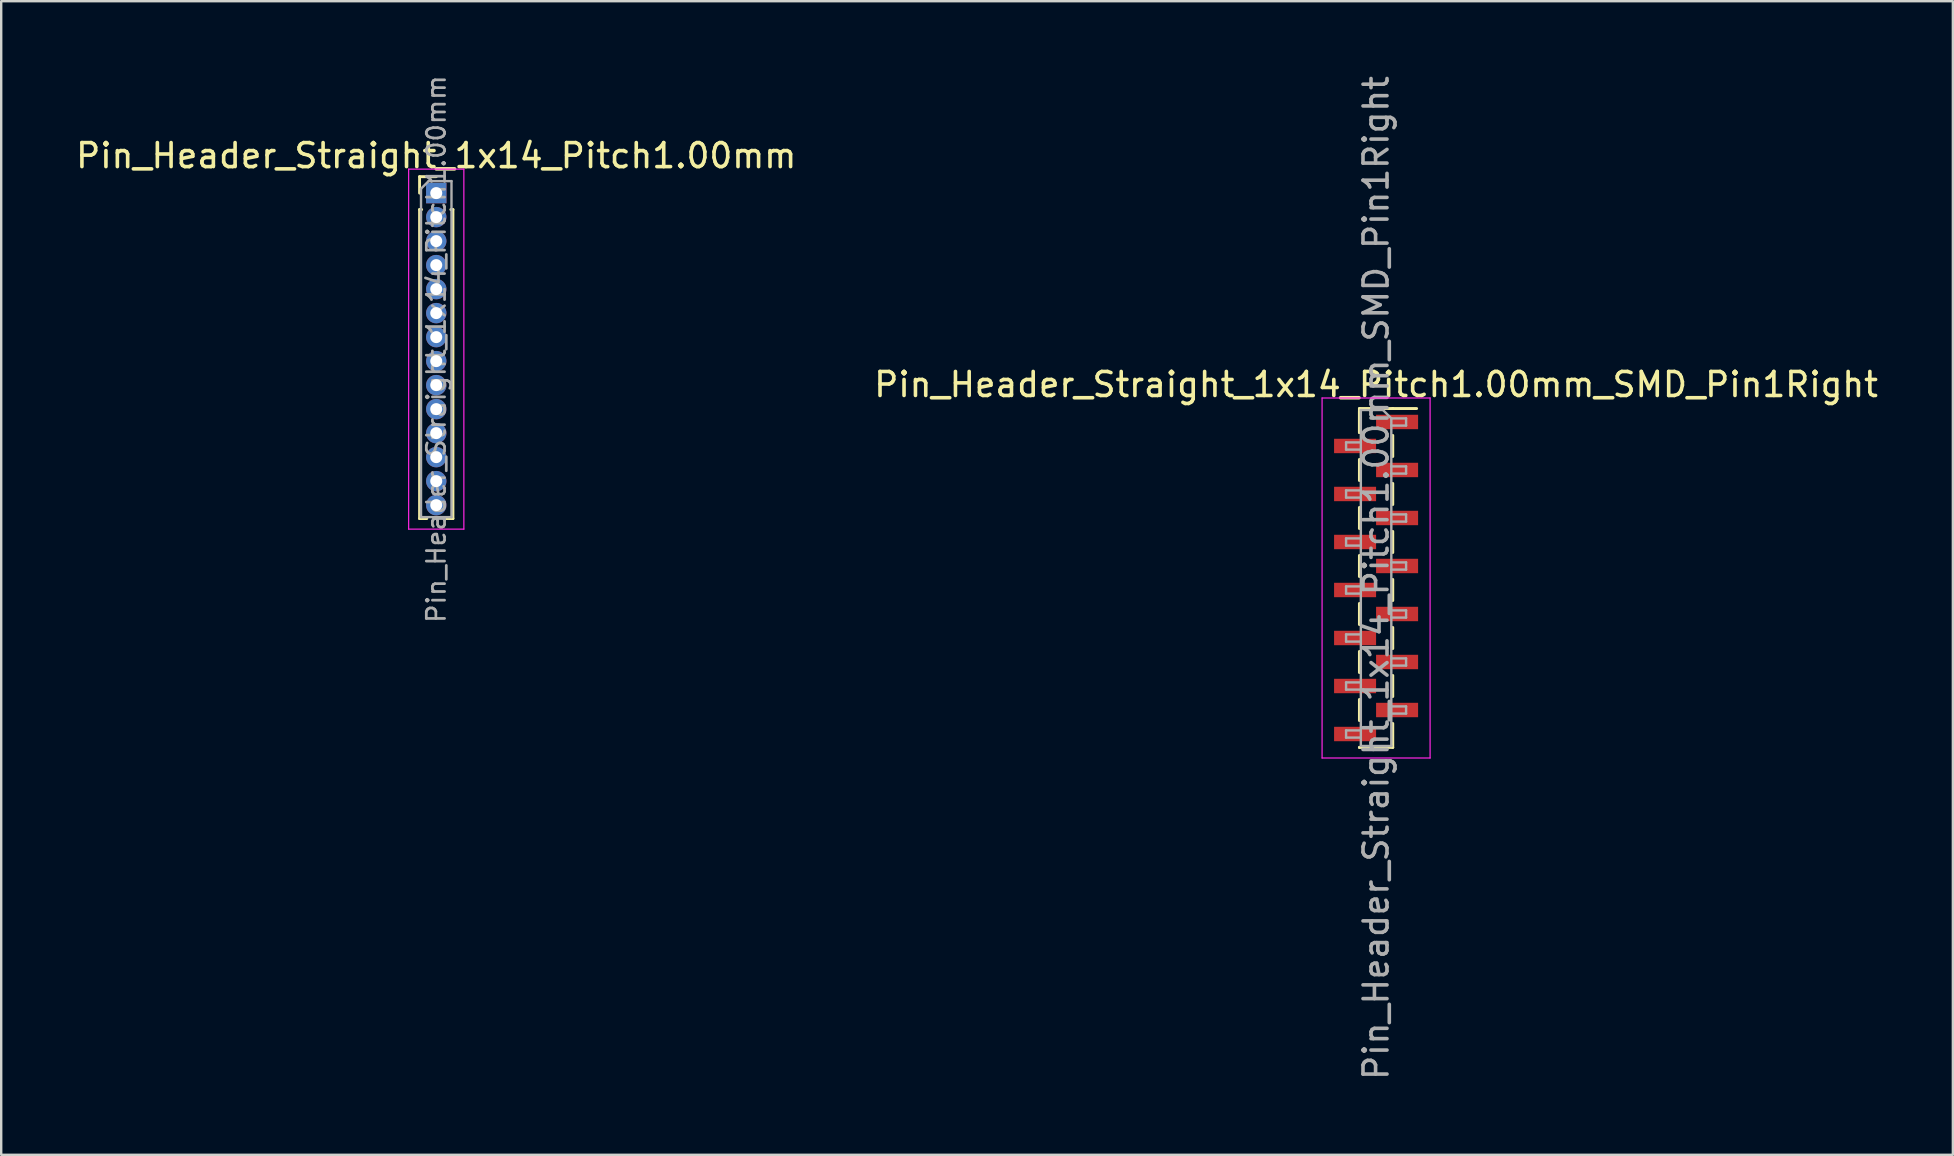
<source format=kicad_pcb>
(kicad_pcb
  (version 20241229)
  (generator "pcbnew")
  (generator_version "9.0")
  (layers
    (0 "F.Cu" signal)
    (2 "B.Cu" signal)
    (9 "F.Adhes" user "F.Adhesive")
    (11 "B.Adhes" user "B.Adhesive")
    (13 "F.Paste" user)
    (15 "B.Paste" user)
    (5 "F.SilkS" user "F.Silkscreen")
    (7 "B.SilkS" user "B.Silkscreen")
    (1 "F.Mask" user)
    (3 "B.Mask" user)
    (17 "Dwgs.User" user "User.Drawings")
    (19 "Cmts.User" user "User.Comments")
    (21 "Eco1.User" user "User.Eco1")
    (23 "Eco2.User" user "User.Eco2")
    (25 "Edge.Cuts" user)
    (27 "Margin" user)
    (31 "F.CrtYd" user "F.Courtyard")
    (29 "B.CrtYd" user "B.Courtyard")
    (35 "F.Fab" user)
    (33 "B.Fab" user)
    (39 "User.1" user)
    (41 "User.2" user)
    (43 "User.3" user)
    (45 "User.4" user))
  (footprint "Pin_Header_Straight_1x14_Pitch1.00mm_SMD_Pin1Right"
    (layer "F.Cu")
    (at 54.28 21.03)
    (property "Reference" "Pin_Header_Straight_1x14_Pitch1.00mm_SMD_Pin1Right" (at 0 -8.06 0) (layer "F.SilkS") (effects (font (size 1 1) (thickness 0.15))))
    (attr smd)
    (fp_line (start -0.695 -7.06) (end -0.695 -6.06) (stroke (width 0.12) (type solid)) (layer "F.SilkS"))
    (fp_line (start -0.695 -7.06) (end 0.695 -7.06) (stroke (width 0.12) (type solid)) (layer "F.SilkS"))
    (fp_line (start -0.695 -6.94) (end -0.695 -6.06) (stroke (width 0.12) (type solid)) (layer "F.SilkS"))
    (fp_line (start -0.695 -4.94) (end -0.695 -4.06) (stroke (width 0.12) (type solid)) (layer "F.SilkS"))
    (fp_line (start -0.695 -2.94) (end -0.695 -2.06) (stroke (width 0.12) (type solid)) (layer "F.SilkS"))
    (fp_line (start -0.695 -0.94) (end -0.695 -0.06) (stroke (width 0.12) (type solid)) (layer "F.SilkS"))
    (fp_line (start -0.695 1.06) (end -0.695 1.94) (stroke (width 0.12) (type solid)) (layer "F.SilkS"))
    (fp_line (start -0.695 3.06) (end -0.695 3.94) (stroke (width 0.12) (type solid)) (layer "F.SilkS"))
    (fp_line (start -0.695 5.06) (end -0.695 5.94) (stroke (width 0.12) (type solid)) (layer "F.SilkS"))
    (fp_line (start -0.695 7.06) (end -0.695 7.06) (stroke (width 0.12) (type solid)) (layer "F.SilkS"))
    (fp_line (start -0.695 7.06) (end 0.695 7.06) (stroke (width 0.12) (type solid)) (layer "F.SilkS"))
    (fp_line (start 0.695 -7.06) (end 0.695 -7.06) (stroke (width 0.12) (type solid)) (layer "F.SilkS"))
    (fp_line (start 0.695 -7.06) (end 1.69 -7.06) (stroke (width 0.12) (type solid)) (layer "F.SilkS"))
    (fp_line (start 0.695 -5.94) (end 0.695 -5.06) (stroke (width 0.12) (type solid)) (layer "F.SilkS"))
    (fp_line (start 0.695 -3.94) (end 0.695 -3.06) (stroke (width 0.12) (type solid)) (layer "F.SilkS"))
    (fp_line (start 0.695 -1.94) (end 0.695 -1.06) (stroke (width 0.12) (type solid)) (layer "F.SilkS"))
    (fp_line (start 0.695 0.06) (end 0.695 0.94) (stroke (width 0.12) (type solid)) (layer "F.SilkS"))
    (fp_line (start 0.695 2.06) (end 0.695 2.94) (stroke (width 0.12) (type solid)) (layer "F.SilkS"))
    (fp_line (start 0.695 4.06) (end 0.695 4.94) (stroke (width 0.12) (type solid)) (layer "F.SilkS"))
    (fp_line (start 0.695 6.06) (end 0.695 7.06) (stroke (width 0.12) (type solid)) (layer "F.SilkS"))
    (fp_line (start -2.25 -7.5) (end -2.25 7.5) (stroke (width 0.05) (type solid)) (layer "F.CrtYd"))
    (fp_line (start -2.25 7.5) (end 2.25 7.5) (stroke (width 0.05) (type solid)) (layer "F.CrtYd"))
    (fp_line (start 2.25 -7.5) (end -2.25 -7.5) (stroke (width 0.05) (type solid)) (layer "F.CrtYd"))
    (fp_line (start 2.25 7.5) (end 2.25 -7.5) (stroke (width 0.05) (type solid)) (layer "F.CrtYd"))
    (fp_line (start -1.25 -5.65) (end -1.25 -5.35) (stroke (width 0.1) (type solid)) (layer "F.Fab"))
    (fp_line (start -1.25 -5.35) (end -0.635 -5.35) (stroke (width 0.1) (type solid)) (layer "F.Fab"))
    (fp_line (start -1.25 -3.65) (end -1.25 -3.35) (stroke (width 0.1) (type solid)) (layer "F.Fab"))
    (fp_line (start -1.25 -3.35) (end -0.635 -3.35) (stroke (width 0.1) (type solid)) (layer "F.Fab"))
    (fp_line (start -1.25 -1.65) (end -1.25 -1.35) (stroke (width 0.1) (type solid)) (layer "F.Fab"))
    (fp_line (start -1.25 -1.35) (end -0.635 -1.35) (stroke (width 0.1) (type solid)) (layer "F.Fab"))
    (fp_line (start -1.25 0.35) (end -1.25 0.65) (stroke (width 0.1) (type solid)) (layer "F.Fab"))
    (fp_line (start -1.25 0.65) (end -0.635 0.65) (stroke (width 0.1) (type solid)) (layer "F.Fab"))
    (fp_line (start -1.25 2.35) (end -1.25 2.65) (stroke (width 0.1) (type solid)) (layer "F.Fab"))
    (fp_line (start -1.25 2.65) (end -0.635 2.65) (stroke (width 0.1) (type solid)) (layer "F.Fab"))
    (fp_line (start -1.25 4.35) (end -1.25 4.65) (stroke (width 0.1) (type solid)) (layer "F.Fab"))
    (fp_line (start -1.25 4.65) (end -0.635 4.65) (stroke (width 0.1) (type solid)) (layer "F.Fab"))
    (fp_line (start -1.25 6.35) (end -1.25 6.65) (stroke (width 0.1) (type solid)) (layer "F.Fab"))
    (fp_line (start -1.25 6.65) (end -0.635 6.65) (stroke (width 0.1) (type solid)) (layer "F.Fab"))
    (fp_line (start -0.635 -7) (end -0.635 7) (stroke (width 0.1) (type solid)) (layer "F.Fab"))
    (fp_line (start -0.635 -7) (end 0.285 -7) (stroke (width 0.1) (type solid)) (layer "F.Fab"))
    (fp_line (start -0.635 -5.65) (end -1.25 -5.65) (stroke (width 0.1) (type solid)) (layer "F.Fab"))
    (fp_line (start -0.635 -3.65) (end -1.25 -3.65) (stroke (width 0.1) (type solid)) (layer "F.Fab"))
    (fp_line (start -0.635 -1.65) (end -1.25 -1.65) (stroke (width 0.1) (type solid)) (layer "F.Fab"))
    (fp_line (start -0.635 0.35) (end -1.25 0.35) (stroke (width 0.1) (type solid)) (layer "F.Fab"))
    (fp_line (start -0.635 2.35) (end -1.25 2.35) (stroke (width 0.1) (type solid)) (layer "F.Fab"))
    (fp_line (start -0.635 4.35) (end -1.25 4.35) (stroke (width 0.1) (type solid)) (layer "F.Fab"))
    (fp_line (start -0.635 6.35) (end -1.25 6.35) (stroke (width 0.1) (type solid)) (layer "F.Fab"))
    (fp_line (start 0.635 -6.65) (end 0.285 -7) (stroke (width 0.1) (type solid)) (layer "F.Fab"))
    (fp_line (start 0.635 -6.65) (end 1.25 -6.65) (stroke (width 0.1) (type solid)) (layer "F.Fab"))
    (fp_line (start 0.635 -4.65) (end 1.25 -4.65) (stroke (width 0.1) (type solid)) (layer "F.Fab"))
    (fp_line (start 0.635 -2.65) (end 1.25 -2.65) (stroke (width 0.1) (type solid)) (layer "F.Fab"))
    (fp_line (start 0.635 -0.65) (end 1.25 -0.65) (stroke (width 0.1) (type solid)) (layer "F.Fab"))
    (fp_line (start 0.635 1.35) (end 1.25 1.35) (stroke (width 0.1) (type solid)) (layer "F.Fab"))
    (fp_line (start 0.635 3.35) (end 1.25 3.35) (stroke (width 0.1) (type solid)) (layer "F.Fab"))
    (fp_line (start 0.635 5.35) (end 1.25 5.35) (stroke (width 0.1) (type solid)) (layer "F.Fab"))
    (fp_line (start 0.635 7) (end -0.635 7) (stroke (width 0.1) (type solid)) (layer "F.Fab"))
    (fp_line (start 0.635 7) (end 0.635 -6.65) (stroke (width 0.1) (type solid)) (layer "F.Fab"))
    (fp_line (start 1.25 -6.65) (end 1.25 -6.35) (stroke (width 0.1) (type solid)) (layer "F.Fab"))
    (fp_line (start 1.25 -6.35) (end 0.635 -6.35) (stroke (width 0.1) (type solid)) (layer "F.Fab"))
    (fp_line (start 1.25 -4.65) (end 1.25 -4.35) (stroke (width 0.1) (type solid)) (layer "F.Fab"))
    (fp_line (start 1.25 -4.35) (end 0.635 -4.35) (stroke (width 0.1) (type solid)) (layer "F.Fab"))
    (fp_line (start 1.25 -2.65) (end 1.25 -2.35) (stroke (width 0.1) (type solid)) (layer "F.Fab"))
    (fp_line (start 1.25 -2.35) (end 0.635 -2.35) (stroke (width 0.1) (type solid)) (layer "F.Fab"))
    (fp_line (start 1.25 -0.65) (end 1.25 -0.35) (stroke (width 0.1) (type solid)) (layer "F.Fab"))
    (fp_line (start 1.25 -0.35) (end 0.635 -0.35) (stroke (width 0.1) (type solid)) (layer "F.Fab"))
    (fp_line (start 1.25 1.35) (end 1.25 1.65) (stroke (width 0.1) (type solid)) (layer "F.Fab"))
    (fp_line (start 1.25 1.65) (end 0.635 1.65) (stroke (width 0.1) (type solid)) (layer "F.Fab"))
    (fp_line (start 1.25 3.35) (end 1.25 3.65) (stroke (width 0.1) (type solid)) (layer "F.Fab"))
    (fp_line (start 1.25 3.65) (end 0.635 3.65) (stroke (width 0.1) (type solid)) (layer "F.Fab"))
    (fp_line (start 1.25 5.35) (end 1.25 5.65) (stroke (width 0.1) (type solid)) (layer "F.Fab"))
    (fp_line (start 1.25 5.65) (end 0.635 5.65) (stroke (width 0.1) (type solid)) (layer "F.Fab"))
    (fp_text user "${REFERENCE}" (at 0 0 90) (layer "F.Fab") (effects (font (size 1 1) (thickness 0.15))))
    (pad "1" smd rect (at 0.875 -6.5) (size 1.75 0.6) (layers "F.Cu" "F.Mask" "F.Paste"))
    (pad "2" smd rect (at -0.875 -5.5) (size 1.75 0.6) (layers "F.Cu" "F.Mask" "F.Paste"))
    (pad "3" smd rect (at 0.875 -4.5) (size 1.75 0.6) (layers "F.Cu" "F.Mask" "F.Paste"))
    (pad "4" smd rect (at -0.875 -3.5) (size 1.75 0.6) (layers "F.Cu" "F.Mask" "F.Paste"))
    (pad "5" smd rect (at 0.875 -2.5) (size 1.75 0.6) (layers "F.Cu" "F.Mask" "F.Paste"))
    (pad "6" smd rect (at -0.875 -1.5) (size 1.75 0.6) (layers "F.Cu" "F.Mask" "F.Paste"))
    (pad "7" smd rect (at 0.875 -0.5) (size 1.75 0.6) (layers "F.Cu" "F.Mask" "F.Paste"))
    (pad "8" smd rect (at -0.875 0.5) (size 1.75 0.6) (layers "F.Cu" "F.Mask" "F.Paste"))
    (pad "9" smd rect (at 0.875 1.5) (size 1.75 0.6) (layers "F.Cu" "F.Mask" "F.Paste"))
    (pad "10" smd rect (at -0.875 2.5) (size 1.75 0.6) (layers "F.Cu" "F.Mask" "F.Paste"))
    (pad "11" smd rect (at 0.875 3.5) (size 1.75 0.6) (layers "F.Cu" "F.Mask" "F.Paste"))
    (pad "12" smd rect (at -0.875 4.5) (size 1.75 0.6) (layers "F.Cu" "F.Mask" "F.Paste"))
    (pad "13" smd rect (at 0.875 5.5) (size 1.75 0.6) (layers "F.Cu" "F.Mask" "F.Paste"))
    (pad "14" smd rect (at -0.875 6.5) (size 1.75 0.6) (layers "F.Cu" "F.Mask" "F.Paste")))
  (footprint "Pin_Header_Straight_1x14_Pitch1.00mm"
    (layer "F.Cu")
    (at 15.125 4.995)
    (property "Reference" "Pin_Header_Straight_1x14_Pitch1.00mm" (at 0 -1.56 0) (layer "F.SilkS") (effects (font (size 1 1) (thickness 0.15))))
    (attr through_hole)
    (fp_line (start -0.695 -0.685) (end 0 -0.685) (stroke (width 0.12) (type solid)) (layer "F.SilkS"))
    (fp_line (start -0.695 0) (end -0.695 -0.685) (stroke (width 0.12) (type solid)) (layer "F.SilkS"))
    (fp_line (start -0.695 0.685) (end -0.695 13.56) (stroke (width 0.12) (type solid)) (layer "F.SilkS"))
    (fp_line (start -0.695 0.685) (end -0.608 0.685) (stroke (width 0.12) (type solid)) (layer "F.SilkS"))
    (fp_line (start -0.695 13.56) (end -0.394 13.56) (stroke (width 0.12) (type solid)) (layer "F.SilkS"))
    (fp_line (start 0.394 13.56) (end 0.695 13.56) (stroke (width 0.12) (type solid)) (layer "F.SilkS"))
    (fp_line (start 0.608 0.685) (end 0.695 0.685) (stroke (width 0.12) (type solid)) (layer "F.SilkS"))
    (fp_line (start 0.695 0.685) (end 0.695 13.56) (stroke (width 0.12) (type solid)) (layer "F.SilkS"))
    (fp_line (start -1.15 -1) (end -1.15 14) (stroke (width 0.05) (type solid)) (layer "F.CrtYd"))
    (fp_line (start -1.15 14) (end 1.15 14) (stroke (width 0.05) (type solid)) (layer "F.CrtYd"))
    (fp_line (start 1.15 -1) (end -1.15 -1) (stroke (width 0.05) (type solid)) (layer "F.CrtYd"))
    (fp_line (start 1.15 14) (end 1.15 -1) (stroke (width 0.05) (type solid)) (layer "F.CrtYd"))
    (fp_line (start -0.635 -0.182) (end -0.318 -0.5) (stroke (width 0.1) (type solid)) (layer "F.Fab"))
    (fp_line (start -0.635 13.5) (end -0.635 -0.182) (stroke (width 0.1) (type solid)) (layer "F.Fab"))
    (fp_line (start -0.318 -0.5) (end 0.635 -0.5) (stroke (width 0.1) (type solid)) (layer "F.Fab"))
    (fp_line (start 0.635 -0.5) (end 0.635 13.5) (stroke (width 0.1) (type solid)) (layer "F.Fab"))
    (fp_line (start 0.635 13.5) (end -0.635 13.5) (stroke (width 0.1) (type solid)) (layer "F.Fab"))
    (fp_text user "${REFERENCE}" (at 0 6.5 90) (layer "F.Fab") (effects (font (size 0.76 0.76) (thickness 0.114))))
    (pad "1" thru_hole rect (at 0 0) (size 0.85 0.85) (drill 0.5) (layers "*.Cu" "*.Mask"))
    (pad "2" thru_hole oval (at 0 1) (size 0.85 0.85) (drill 0.5) (layers "*.Cu" "*.Mask"))
    (pad "3" thru_hole oval (at 0 2) (size 0.85 0.85) (drill 0.5) (layers "*.Cu" "*.Mask"))
    (pad "4" thru_hole oval (at 0 3) (size 0.85 0.85) (drill 0.5) (layers "*.Cu" "*.Mask"))
    (pad "5" thru_hole oval (at 0 4) (size 0.85 0.85) (drill 0.5) (layers "*.Cu" "*.Mask"))
    (pad "6" thru_hole oval (at 0 5) (size 0.85 0.85) (drill 0.5) (layers "*.Cu" "*.Mask"))
    (pad "7" thru_hole oval (at 0 6) (size 0.85 0.85) (drill 0.5) (layers "*.Cu" "*.Mask"))
    (pad "8" thru_hole oval (at 0 7) (size 0.85 0.85) (drill 0.5) (layers "*.Cu" "*.Mask"))
    (pad "9" thru_hole oval (at 0 8) (size 0.85 0.85) (drill 0.5) (layers "*.Cu" "*.Mask"))
    (pad "10" thru_hole oval (at 0 9) (size 0.85 0.85) (drill 0.5) (layers "*.Cu" "*.Mask"))
    (pad "11" thru_hole oval (at 0 10) (size 0.85 0.85) (drill 0.5) (layers "*.Cu" "*.Mask"))
    (pad "12" thru_hole oval (at 0 11) (size 0.85 0.85) (drill 0.5) (layers "*.Cu" "*.Mask"))
    (pad "13" thru_hole oval (at 0 12) (size 0.85 0.85) (drill 0.5) (layers "*.Cu" "*.Mask"))
    (pad "14" thru_hole oval (at 0 13) (size 0.85 0.85) (drill 0.5) (layers "*.Cu" "*.Mask")))
  (gr_rect
    (start -3 -3)
    (end 78.31 45.06)
    (stroke (width 0.1) (type default))
    (fill no)
    (layer "Edge.Cuts")))
</source>
